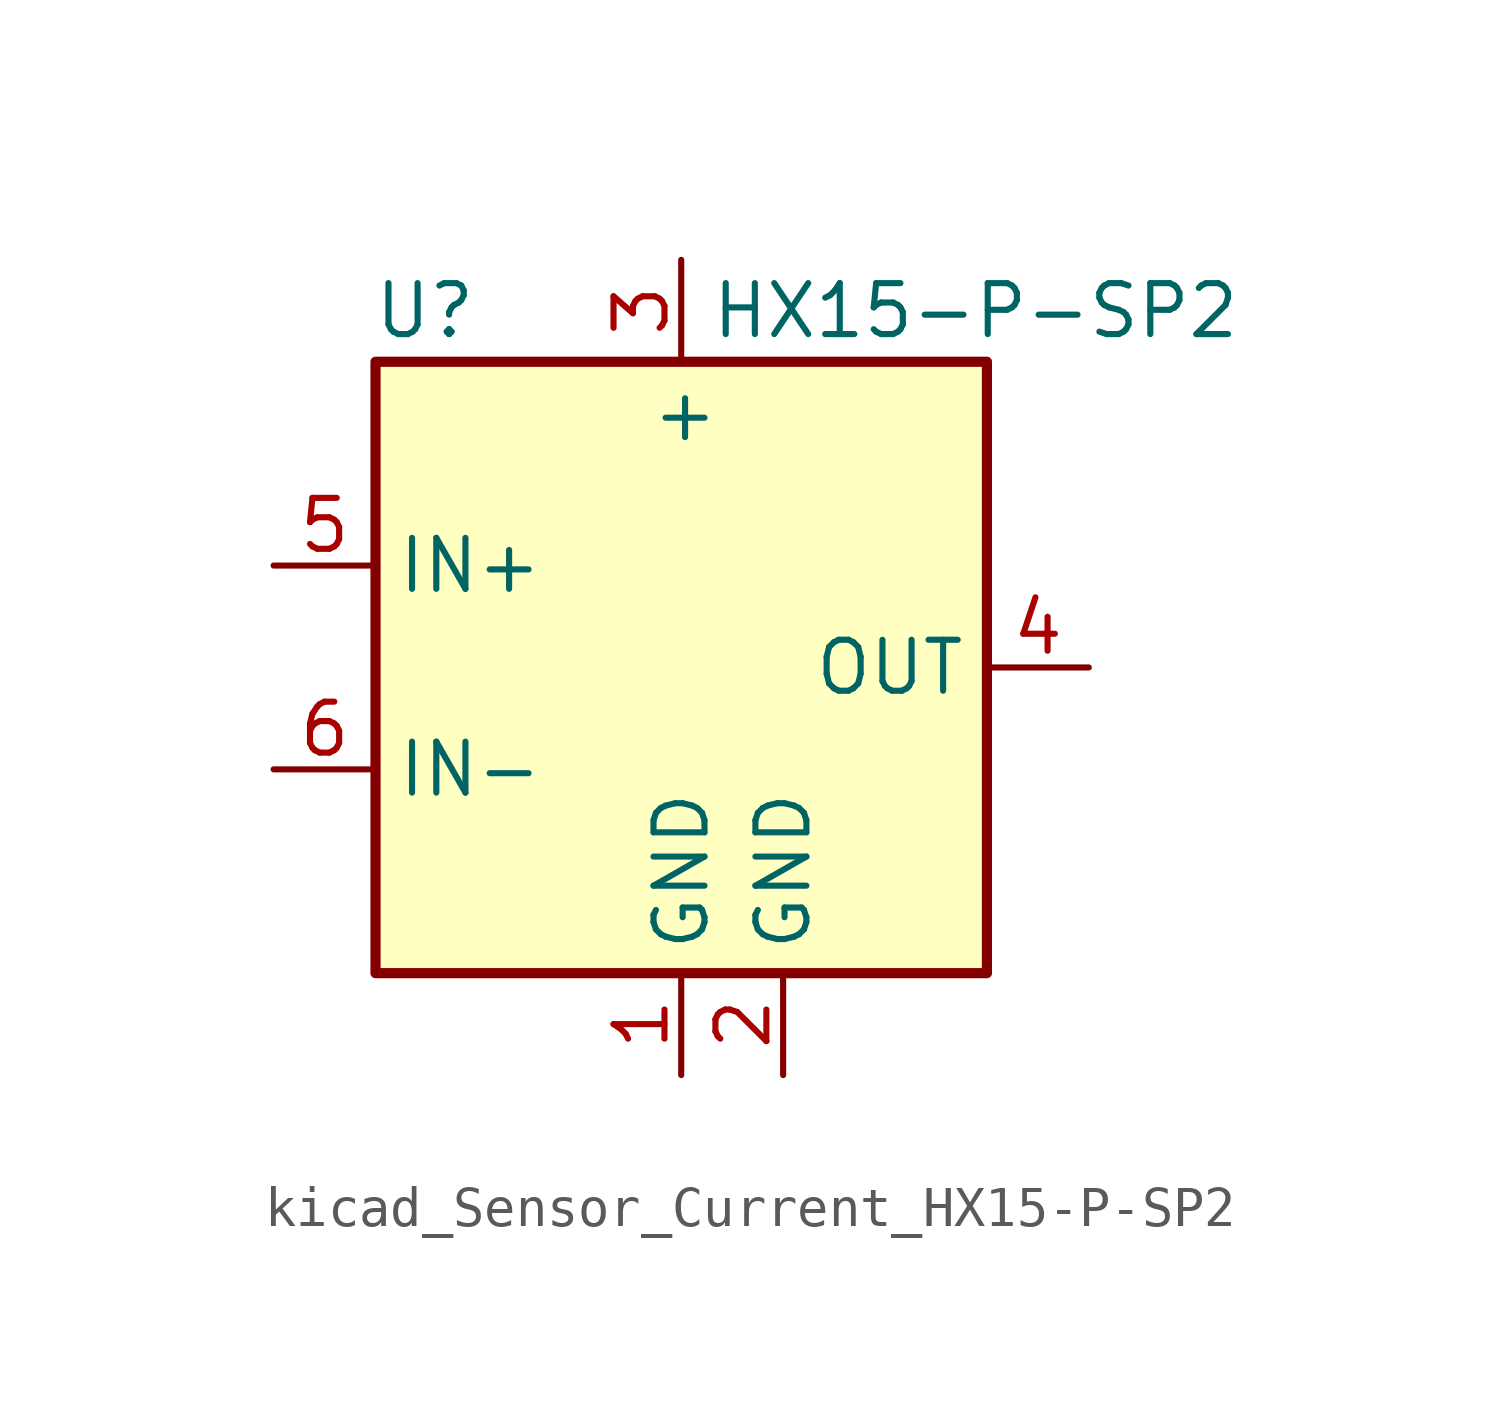
<source format=kicad_sym>
(kicad_symbol_lib
  (version 20220914)
  (generator kicad_symbol_editor)
  (symbol "kicad_Sensor_Current_HX15-P-SP2"
    (property "Reference" "U"
      (at -5.08 8.89 0)
      (effects (font (size 1.27 1.27)) (justify right)))
    (property "Value" "HX15-P-SP2"
      (at 13.97 8.89 0)
      (effects (font (size 1.27 1.27)) (justify right)))
    (symbol "kicad_Sensor_Current_HX15-P-SP2_0_1"
      (rectangle (start -7.62 7.62) (end 7.62 -7.62) (stroke (width 0.254) (type default)) (fill (type background))))
    (symbol "kicad_Sensor_Current_HX15-P-SP2_1_1"
      (pin power_in line (at 0 -10.16 90) (length 2.54) (name "GND" (effects (font (size 1.27 1.27)))) (number "1" (effects (font (size 1.27 1.27)))))
      (pin power_in line (at 2.54 -10.16 90) (length 2.54) (name "GND" (effects (font (size 1.27 1.27)))) (number "2" (effects (font (size 1.27 1.27)))))
      (pin power_in line (at 0 10.16 270) (length 2.54) (name "+" (effects (font (size 1.27 1.27)))) (number "3" (effects (font (size 1.27 1.27)))))
      (pin output line (at 10.16 0 180) (length 2.54) (name "OUT" (effects (font (size 1.27 1.27)))) (number "4" (effects (font (size 1.27 1.27)))))
      (pin passive line (at -10.16 2.54 0) (length 2.54) (name "IN+" (effects (font (size 1.27 1.27)))) (number "5" (effects (font (size 1.27 1.27)))))
      (pin passive line (at -10.16 -2.54 0) (length 2.54) (name "IN-" (effects (font (size 1.27 1.27)))) (number "6" (effects (font (size 1.27 1.27))))))))
</source>
